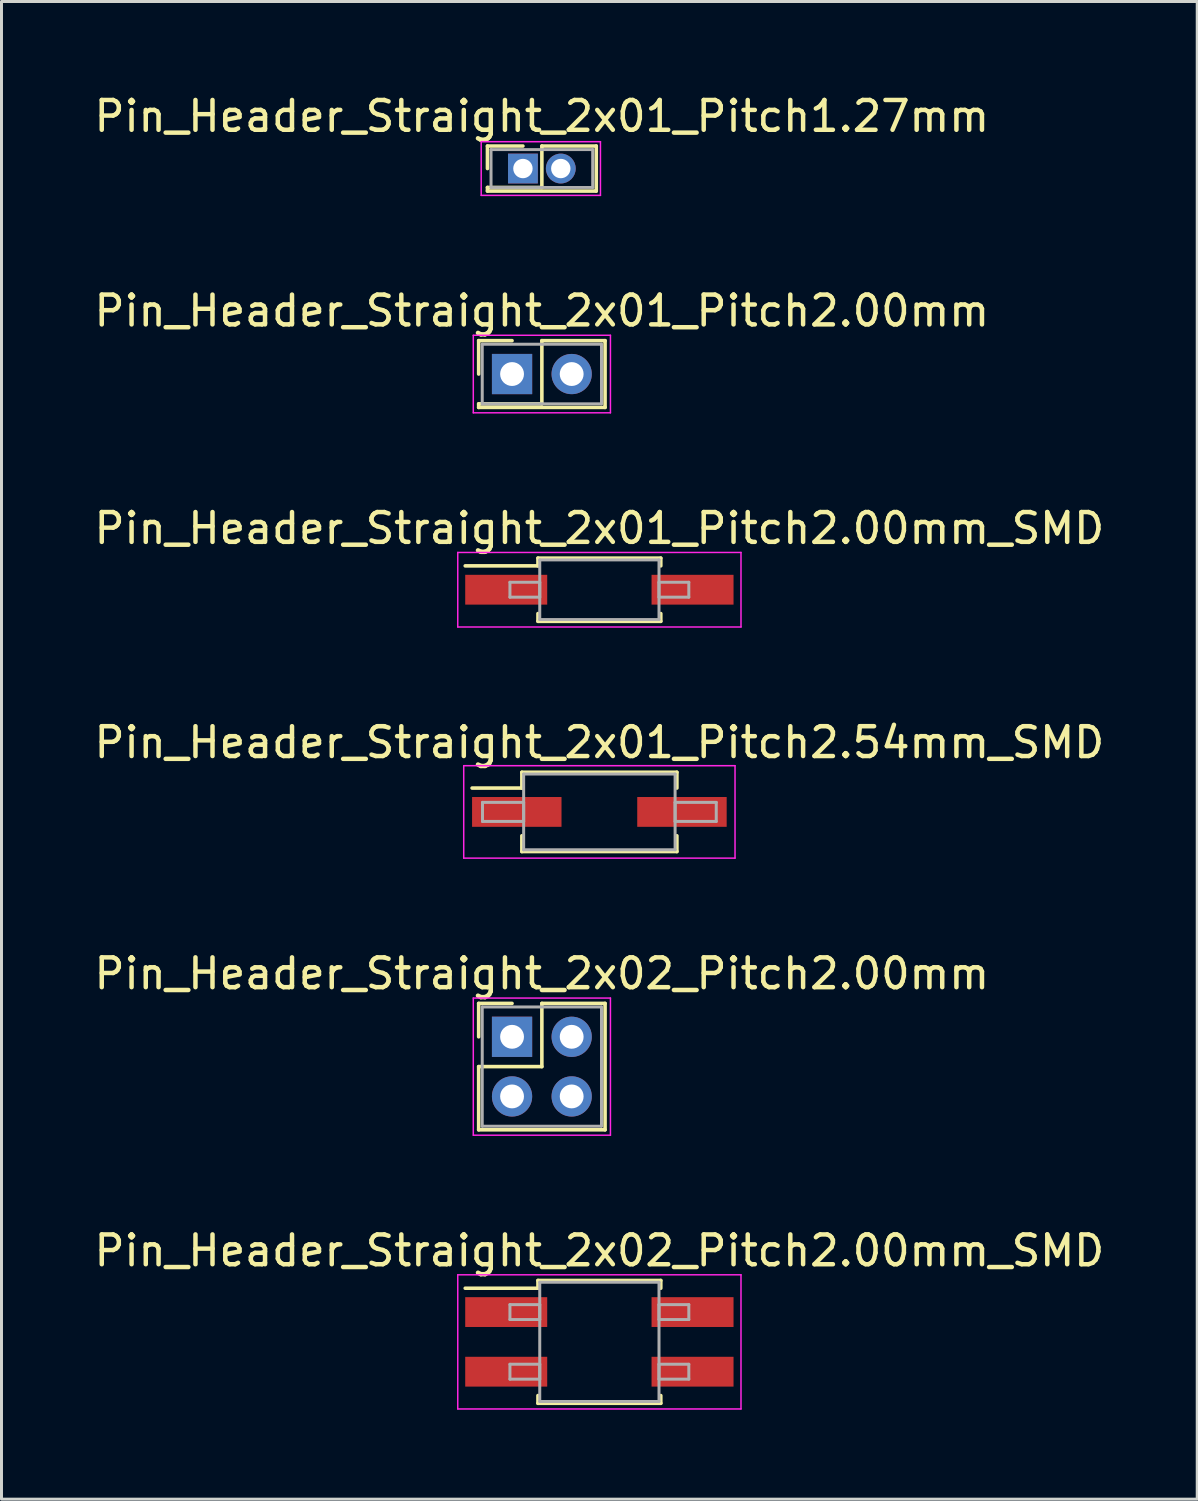
<source format=kicad_pcb>
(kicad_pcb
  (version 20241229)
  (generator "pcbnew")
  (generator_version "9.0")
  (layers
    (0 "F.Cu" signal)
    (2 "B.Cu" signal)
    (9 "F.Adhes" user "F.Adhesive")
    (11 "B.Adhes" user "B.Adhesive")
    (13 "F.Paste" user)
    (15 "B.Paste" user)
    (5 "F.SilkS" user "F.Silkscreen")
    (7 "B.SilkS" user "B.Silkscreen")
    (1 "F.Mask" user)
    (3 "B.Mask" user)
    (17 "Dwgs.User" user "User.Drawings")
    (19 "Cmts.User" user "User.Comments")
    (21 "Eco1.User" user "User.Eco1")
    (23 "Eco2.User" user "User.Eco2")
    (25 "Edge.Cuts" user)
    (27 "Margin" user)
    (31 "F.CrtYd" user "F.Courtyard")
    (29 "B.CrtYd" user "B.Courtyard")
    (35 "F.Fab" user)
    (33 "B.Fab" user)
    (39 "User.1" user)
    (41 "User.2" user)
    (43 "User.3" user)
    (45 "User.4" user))
  (footprint "Pin_Header_Straight_2x02_Pitch2.00mm"
    (layer "F.Cu")
    (at 14.125 31.726)
    (property "Reference" "Pin_Header_Straight_2x02_Pitch2.00mm" (at 1 -2.12 0) (layer "F.SilkS") (effects (font (size 1 1) (thickness 0.15))))
    (attr through_hole)
    (fp_line (start -1.12 -1.12) (end 0 -1.12) (stroke (width 0.12) (type solid)) (layer "F.SilkS"))
    (fp_line (start -1.12 0) (end -1.12 -1.12) (stroke (width 0.12) (type solid)) (layer "F.SilkS"))
    (fp_line (start -1.12 1) (end -1.12 3.12) (stroke (width 0.12) (type solid)) (layer "F.SilkS"))
    (fp_line (start -1.12 3.12) (end 3.12 3.12) (stroke (width 0.12) (type solid)) (layer "F.SilkS"))
    (fp_line (start 1 -1.12) (end 1 1) (stroke (width 0.12) (type solid)) (layer "F.SilkS"))
    (fp_line (start 1 1) (end -1.12 1) (stroke (width 0.12) (type solid)) (layer "F.SilkS"))
    (fp_line (start 3.12 -1.12) (end 1 -1.12) (stroke (width 0.12) (type solid)) (layer "F.SilkS"))
    (fp_line (start 3.12 3.12) (end 3.12 -1.12) (stroke (width 0.12) (type solid)) (layer "F.SilkS"))
    (fp_line (start -1.3 -1.3) (end -1.3 3.3) (stroke (width 0.05) (type solid)) (layer "F.CrtYd"))
    (fp_line (start -1.3 3.3) (end 3.3 3.3) (stroke (width 0.05) (type solid)) (layer "F.CrtYd"))
    (fp_line (start 3.3 -1.3) (end -1.3 -1.3) (stroke (width 0.05) (type solid)) (layer "F.CrtYd"))
    (fp_line (start 3.3 3.3) (end 3.3 -1.3) (stroke (width 0.05) (type solid)) (layer "F.CrtYd"))
    (fp_line (start -1 -1) (end -1 3) (stroke (width 0.1) (type solid)) (layer "F.Fab"))
    (fp_line (start -1 3) (end 3 3) (stroke (width 0.1) (type solid)) (layer "F.Fab"))
    (fp_line (start 3 -1) (end -1 -1) (stroke (width 0.1) (type solid)) (layer "F.Fab"))
    (fp_line (start 3 3) (end 3 -1) (stroke (width 0.1) (type solid)) (layer "F.Fab"))
    (pad "1" thru_hole rect (at 0 0) (size 1.35 1.35) (drill 0.8) (layers "*.Cu" "*.Mask"))
    (pad "2" thru_hole oval (at 2 0) (size 1.35 1.35) (drill 0.8) (layers "*.Cu" "*.Mask"))
    (pad "3" thru_hole oval (at 0 2) (size 1.35 1.35) (drill 0.8) (layers "*.Cu" "*.Mask"))
    (pad "4" thru_hole oval (at 2 2) (size 1.35 1.35) (drill 0.8) (layers "*.Cu" "*.Mask")))
  (footprint "Pin_Header_Straight_2x01_Pitch2.54mm_SMD"
    (layer "F.Cu")
    (at 17.054 24.183)
    (property "Reference" "Pin_Header_Straight_2x01_Pitch2.54mm_SMD" (at 0 -2.33 0) (layer "F.SilkS") (effects (font (size 1 1) (thickness 0.15))))
    (attr smd)
    (fp_line (start -4.27 -0.8) (end -2.6 -0.8) (stroke (width 0.12) (type solid)) (layer "F.SilkS"))
    (fp_line (start -2.6 -1.33) (end 2.6 -1.33) (stroke (width 0.12) (type solid)) (layer "F.SilkS"))
    (fp_line (start -2.6 -0.8) (end -2.6 -1.33) (stroke (width 0.12) (type solid)) (layer "F.SilkS"))
    (fp_line (start -2.6 0.8) (end -2.6 1.33) (stroke (width 0.12) (type solid)) (layer "F.SilkS"))
    (fp_line (start -2.6 1.33) (end 2.6 1.33) (stroke (width 0.12) (type solid)) (layer "F.SilkS"))
    (fp_line (start 2.6 -1.33) (end 2.6 -0.8) (stroke (width 0.12) (type solid)) (layer "F.SilkS"))
    (fp_line (start 2.6 1.33) (end 2.6 0.8) (stroke (width 0.12) (type solid)) (layer "F.SilkS"))
    (fp_line (start -4.55 -1.55) (end -4.55 1.55) (stroke (width 0.05) (type solid)) (layer "F.CrtYd"))
    (fp_line (start -4.55 1.55) (end 4.55 1.55) (stroke (width 0.05) (type solid)) (layer "F.CrtYd"))
    (fp_line (start 4.55 -1.55) (end -4.55 -1.55) (stroke (width 0.05) (type solid)) (layer "F.CrtYd"))
    (fp_line (start 4.55 1.55) (end 4.55 -1.55) (stroke (width 0.05) (type solid)) (layer "F.CrtYd"))
    (fp_line (start -3.92 -0.32) (end -2.54 -0.32) (stroke (width 0.1) (type solid)) (layer "F.Fab"))
    (fp_line (start -3.92 0.32) (end -3.92 -0.32) (stroke (width 0.1) (type solid)) (layer "F.Fab"))
    (fp_line (start -2.54 -1.27) (end -2.54 1.27) (stroke (width 0.1) (type solid)) (layer "F.Fab"))
    (fp_line (start -2.54 -0.32) (end -2.54 0.32) (stroke (width 0.1) (type solid)) (layer "F.Fab"))
    (fp_line (start -2.54 0.32) (end -3.92 0.32) (stroke (width 0.1) (type solid)) (layer "F.Fab"))
    (fp_line (start -2.54 1.27) (end 2.54 1.27) (stroke (width 0.1) (type solid)) (layer "F.Fab"))
    (fp_line (start 2.54 -1.27) (end -2.54 -1.27) (stroke (width 0.1) (type solid)) (layer "F.Fab"))
    (fp_line (start 2.54 -0.32) (end 2.54 0.32) (stroke (width 0.1) (type solid)) (layer "F.Fab"))
    (fp_line (start 2.54 0.32) (end 3.92 0.32) (stroke (width 0.1) (type solid)) (layer "F.Fab"))
    (fp_line (start 2.54 1.27) (end 2.54 -1.27) (stroke (width 0.1) (type solid)) (layer "F.Fab"))
    (fp_line (start 3.92 -0.32) (end 2.54 -0.32) (stroke (width 0.1) (type solid)) (layer "F.Fab"))
    (fp_line (start 3.92 0.32) (end 3.92 -0.32) (stroke (width 0.1) (type solid)) (layer "F.Fab"))
    (pad "1" smd rect (at -2.77 0) (size 3 1) (layers "F.Cu" "F.Mask"))
    (pad "2" smd rect (at 2.77 0) (size 3 1) (layers "F.Cu" "F.Mask")))
  (footprint "Pin_Header_Straight_2x02_Pitch2.00mm_SMD"
    (layer "F.Cu")
    (at 17.054 41.959)
    (property "Reference" "Pin_Header_Straight_2x02_Pitch2.00mm_SMD" (at 0 -3.06 0) (layer "F.SilkS") (effects (font (size 1 1) (thickness 0.15))))
    (attr smd)
    (fp_line (start -4.5 -1.8) (end -2.06 -1.8) (stroke (width 0.12) (type solid)) (layer "F.SilkS"))
    (fp_line (start -2.06 -2.06) (end 2.06 -2.06) (stroke (width 0.12) (type solid)) (layer "F.SilkS"))
    (fp_line (start -2.06 -1.8) (end -2.06 -2.06) (stroke (width 0.12) (type solid)) (layer "F.SilkS"))
    (fp_line (start -2.06 1.8) (end -2.06 2.06) (stroke (width 0.12) (type solid)) (layer "F.SilkS"))
    (fp_line (start -2.06 2.06) (end 2.06 2.06) (stroke (width 0.12) (type solid)) (layer "F.SilkS"))
    (fp_line (start 2.06 -2.06) (end 2.06 -1.8) (stroke (width 0.12) (type solid)) (layer "F.SilkS"))
    (fp_line (start 2.06 2.06) (end 2.06 1.8) (stroke (width 0.12) (type solid)) (layer "F.SilkS"))
    (fp_line (start -4.75 -2.25) (end -4.75 2.25) (stroke (width 0.05) (type solid)) (layer "F.CrtYd"))
    (fp_line (start -4.75 2.25) (end 4.75 2.25) (stroke (width 0.05) (type solid)) (layer "F.CrtYd"))
    (fp_line (start 4.75 -2.25) (end -4.75 -2.25) (stroke (width 0.05) (type solid)) (layer "F.CrtYd"))
    (fp_line (start 4.75 2.25) (end 4.75 -2.25) (stroke (width 0.05) (type solid)) (layer "F.CrtYd"))
    (fp_line (start -3 -1.25) (end -2 -1.25) (stroke (width 0.1) (type solid)) (layer "F.Fab"))
    (fp_line (start -3 -0.75) (end -3 -1.25) (stroke (width 0.1) (type solid)) (layer "F.Fab"))
    (fp_line (start -3 0.75) (end -2 0.75) (stroke (width 0.1) (type solid)) (layer "F.Fab"))
    (fp_line (start -3 1.25) (end -3 0.75) (stroke (width 0.1) (type solid)) (layer "F.Fab"))
    (fp_line (start -2 -2) (end -2 2) (stroke (width 0.1) (type solid)) (layer "F.Fab"))
    (fp_line (start -2 -1.25) (end -2 -0.75) (stroke (width 0.1) (type solid)) (layer "F.Fab"))
    (fp_line (start -2 -0.75) (end -3 -0.75) (stroke (width 0.1) (type solid)) (layer "F.Fab"))
    (fp_line (start -2 0.75) (end -2 1.25) (stroke (width 0.1) (type solid)) (layer "F.Fab"))
    (fp_line (start -2 1.25) (end -3 1.25) (stroke (width 0.1) (type solid)) (layer "F.Fab"))
    (fp_line (start -2 2) (end 2 2) (stroke (width 0.1) (type solid)) (layer "F.Fab"))
    (fp_line (start 2 -2) (end -2 -2) (stroke (width 0.1) (type solid)) (layer "F.Fab"))
    (fp_line (start 2 -1.25) (end 2 -0.75) (stroke (width 0.1) (type solid)) (layer "F.Fab"))
    (fp_line (start 2 -0.75) (end 3 -0.75) (stroke (width 0.1) (type solid)) (layer "F.Fab"))
    (fp_line (start 2 0.75) (end 2 1.25) (stroke (width 0.1) (type solid)) (layer "F.Fab"))
    (fp_line (start 2 1.25) (end 3 1.25) (stroke (width 0.1) (type solid)) (layer "F.Fab"))
    (fp_line (start 2 2) (end 2 -2) (stroke (width 0.1) (type solid)) (layer "F.Fab"))
    (fp_line (start 3 -1.25) (end 2 -1.25) (stroke (width 0.1) (type solid)) (layer "F.Fab"))
    (fp_line (start 3 -0.75) (end 3 -1.25) (stroke (width 0.1) (type solid)) (layer "F.Fab"))
    (fp_line (start 3 0.75) (end 2 0.75) (stroke (width 0.1) (type solid)) (layer "F.Fab"))
    (fp_line (start 3 1.25) (end 3 0.75) (stroke (width 0.1) (type solid)) (layer "F.Fab"))
    (pad "1" smd rect (at -3.125 -1) (size 2.75 1) (layers "F.Cu" "F.Mask"))
    (pad "2" smd rect (at 3.125 -1) (size 2.75 1) (layers "F.Cu" "F.Mask"))
    (pad "3" smd rect (at -3.125 1) (size 2.75 1) (layers "F.Cu" "F.Mask"))
    (pad "4" smd rect (at 3.125 1) (size 2.75 1) (layers "F.Cu" "F.Mask")))
  (footprint "Pin_Header_Straight_2x01_Pitch2.00mm_SMD"
    (layer "F.Cu")
    (at 17.054 16.73)
    (property "Reference" "Pin_Header_Straight_2x01_Pitch2.00mm_SMD" (at 0 -2.06 0) (layer "F.SilkS") (effects (font (size 1 1) (thickness 0.15))))
    (attr smd)
    (fp_line (start -4.5 -0.8) (end -2.06 -0.8) (stroke (width 0.12) (type solid)) (layer "F.SilkS"))
    (fp_line (start -2.06 -1.06) (end 2.06 -1.06) (stroke (width 0.12) (type solid)) (layer "F.SilkS"))
    (fp_line (start -2.06 -0.8) (end -2.06 -1.06) (stroke (width 0.12) (type solid)) (layer "F.SilkS"))
    (fp_line (start -2.06 0.8) (end -2.06 1.06) (stroke (width 0.12) (type solid)) (layer "F.SilkS"))
    (fp_line (start -2.06 1.06) (end 2.06 1.06) (stroke (width 0.12) (type solid)) (layer "F.SilkS"))
    (fp_line (start 2.06 -1.06) (end 2.06 -0.8) (stroke (width 0.12) (type solid)) (layer "F.SilkS"))
    (fp_line (start 2.06 1.06) (end 2.06 0.8) (stroke (width 0.12) (type solid)) (layer "F.SilkS"))
    (fp_line (start -4.75 -1.25) (end -4.75 1.25) (stroke (width 0.05) (type solid)) (layer "F.CrtYd"))
    (fp_line (start -4.75 1.25) (end 4.75 1.25) (stroke (width 0.05) (type solid)) (layer "F.CrtYd"))
    (fp_line (start 4.75 -1.25) (end -4.75 -1.25) (stroke (width 0.05) (type solid)) (layer "F.CrtYd"))
    (fp_line (start 4.75 1.25) (end 4.75 -1.25) (stroke (width 0.05) (type solid)) (layer "F.CrtYd"))
    (fp_line (start -3 -0.25) (end -2 -0.25) (stroke (width 0.1) (type solid)) (layer "F.Fab"))
    (fp_line (start -3 0.25) (end -3 -0.25) (stroke (width 0.1) (type solid)) (layer "F.Fab"))
    (fp_line (start -2 -1) (end -2 1) (stroke (width 0.1) (type solid)) (layer "F.Fab"))
    (fp_line (start -2 -0.25) (end -2 0.25) (stroke (width 0.1) (type solid)) (layer "F.Fab"))
    (fp_line (start -2 0.25) (end -3 0.25) (stroke (width 0.1) (type solid)) (layer "F.Fab"))
    (fp_line (start -2 1) (end 2 1) (stroke (width 0.1) (type solid)) (layer "F.Fab"))
    (fp_line (start 2 -1) (end -2 -1) (stroke (width 0.1) (type solid)) (layer "F.Fab"))
    (fp_line (start 2 -0.25) (end 2 0.25) (stroke (width 0.1) (type solid)) (layer "F.Fab"))
    (fp_line (start 2 0.25) (end 3 0.25) (stroke (width 0.1) (type solid)) (layer "F.Fab"))
    (fp_line (start 2 1) (end 2 -1) (stroke (width 0.1) (type solid)) (layer "F.Fab"))
    (fp_line (start 3 -0.25) (end 2 -0.25) (stroke (width 0.1) (type solid)) (layer "F.Fab"))
    (fp_line (start 3 0.25) (end 3 -0.25) (stroke (width 0.1) (type solid)) (layer "F.Fab"))
    (pad "1" smd rect (at -3.125 0) (size 2.75 1) (layers "F.Cu" "F.Mask"))
    (pad "2" smd rect (at 3.125 0) (size 2.75 1) (layers "F.Cu" "F.Mask")))
  (footprint "Pin_Header_Straight_2x01_Pitch1.27mm"
    (layer "F.Cu")
    (at 14.49 2.603)
    (property "Reference" "Pin_Header_Straight_2x01_Pitch1.27mm" (at 0.635 -1.755 0) (layer "F.SilkS") (effects (font (size 1 1) (thickness 0.15))))
    (attr through_hole)
    (fp_line (start -1.19 -0.755) (end 0 -0.755) (stroke (width 0.12) (type solid)) (layer "F.SilkS"))
    (fp_line (start -1.19 0) (end -1.19 -0.755) (stroke (width 0.12) (type solid)) (layer "F.SilkS"))
    (fp_line (start -1.19 0.635) (end -1.19 0.755) (stroke (width 0.12) (type solid)) (layer "F.SilkS"))
    (fp_line (start -1.19 0.755) (end 2.46 0.755) (stroke (width 0.12) (type solid)) (layer "F.SilkS"))
    (fp_line (start 0.635 -0.755) (end 0.635 0.635) (stroke (width 0.12) (type solid)) (layer "F.SilkS"))
    (fp_line (start 0.635 0.635) (end -1.19 0.635) (stroke (width 0.12) (type solid)) (layer "F.SilkS"))
    (fp_line (start 2.46 -0.755) (end 0.635 -0.755) (stroke (width 0.12) (type solid)) (layer "F.SilkS"))
    (fp_line (start 2.46 0.755) (end 2.46 -0.755) (stroke (width 0.12) (type solid)) (layer "F.SilkS"))
    (fp_line (start -1.4 -0.9) (end -1.4 0.9) (stroke (width 0.05) (type solid)) (layer "F.CrtYd"))
    (fp_line (start -1.4 0.9) (end 2.6 0.9) (stroke (width 0.05) (type solid)) (layer "F.CrtYd"))
    (fp_line (start 2.6 -0.9) (end -1.4 -0.9) (stroke (width 0.05) (type solid)) (layer "F.CrtYd"))
    (fp_line (start 2.6 0.9) (end 2.6 -0.9) (stroke (width 0.05) (type solid)) (layer "F.CrtYd"))
    (fp_line (start -1.07 -0.635) (end -1.07 0.635) (stroke (width 0.1) (type solid)) (layer "F.Fab"))
    (fp_line (start -1.07 0.635) (end 2.34 0.635) (stroke (width 0.1) (type solid)) (layer "F.Fab"))
    (fp_line (start 2.34 -0.635) (end -1.07 -0.635) (stroke (width 0.1) (type solid)) (layer "F.Fab"))
    (fp_line (start 2.34 0.635) (end 2.34 -0.635) (stroke (width 0.1) (type solid)) (layer "F.Fab"))
    (pad "1" thru_hole rect (at 0 0) (size 1 1) (drill 0.65) (layers "*.Cu" "*.Mask"))
    (pad "2" thru_hole oval (at 1.27 0) (size 1 1) (drill 0.65) (layers "*.Cu" "*.Mask")))
  (footprint "Pin_Header_Straight_2x01_Pitch2.00mm"
    (layer "F.Cu")
    (at 14.125 9.496)
    (property "Reference" "Pin_Header_Straight_2x01_Pitch2.00mm" (at 1 -2.12 0) (layer "F.SilkS") (effects (font (size 1 1) (thickness 0.15))))
    (attr through_hole)
    (fp_line (start -1.12 -1.12) (end 0 -1.12) (stroke (width 0.12) (type solid)) (layer "F.SilkS"))
    (fp_line (start -1.12 0) (end -1.12 -1.12) (stroke (width 0.12) (type solid)) (layer "F.SilkS"))
    (fp_line (start -1.12 1) (end -1.12 1.12) (stroke (width 0.12) (type solid)) (layer "F.SilkS"))
    (fp_line (start -1.12 1.12) (end 3.12 1.12) (stroke (width 0.12) (type solid)) (layer "F.SilkS"))
    (fp_line (start 1 -1.12) (end 1 1) (stroke (width 0.12) (type solid)) (layer "F.SilkS"))
    (fp_line (start 1 1) (end -1.12 1) (stroke (width 0.12) (type solid)) (layer "F.SilkS"))
    (fp_line (start 3.12 -1.12) (end 1 -1.12) (stroke (width 0.12) (type solid)) (layer "F.SilkS"))
    (fp_line (start 3.12 1.12) (end 3.12 -1.12) (stroke (width 0.12) (type solid)) (layer "F.SilkS"))
    (fp_line (start -1.3 -1.3) (end -1.3 1.3) (stroke (width 0.05) (type solid)) (layer "F.CrtYd"))
    (fp_line (start -1.3 1.3) (end 3.3 1.3) (stroke (width 0.05) (type solid)) (layer "F.CrtYd"))
    (fp_line (start 3.3 -1.3) (end -1.3 -1.3) (stroke (width 0.05) (type solid)) (layer "F.CrtYd"))
    (fp_line (start 3.3 1.3) (end 3.3 -1.3) (stroke (width 0.05) (type solid)) (layer "F.CrtYd"))
    (fp_line (start -1 -1) (end -1 1) (stroke (width 0.1) (type solid)) (layer "F.Fab"))
    (fp_line (start -1 1) (end 3 1) (stroke (width 0.1) (type solid)) (layer "F.Fab"))
    (fp_line (start 3 -1) (end -1 -1) (stroke (width 0.1) (type solid)) (layer "F.Fab"))
    (fp_line (start 3 1) (end 3 -1) (stroke (width 0.1) (type solid)) (layer "F.Fab"))
    (pad "1" thru_hole rect (at 0 0) (size 1.35 1.35) (drill 0.8) (layers "*.Cu" "*.Mask"))
    (pad "2" thru_hole oval (at 2 0) (size 1.35 1.35) (drill 0.8) (layers "*.Cu" "*.Mask")))
  (gr_rect
    (start -3 -3)
    (end 37.107 47.234)
    (stroke (width 0.1) (type default))
    (fill no)
    (layer "Edge.Cuts")))
</source>
